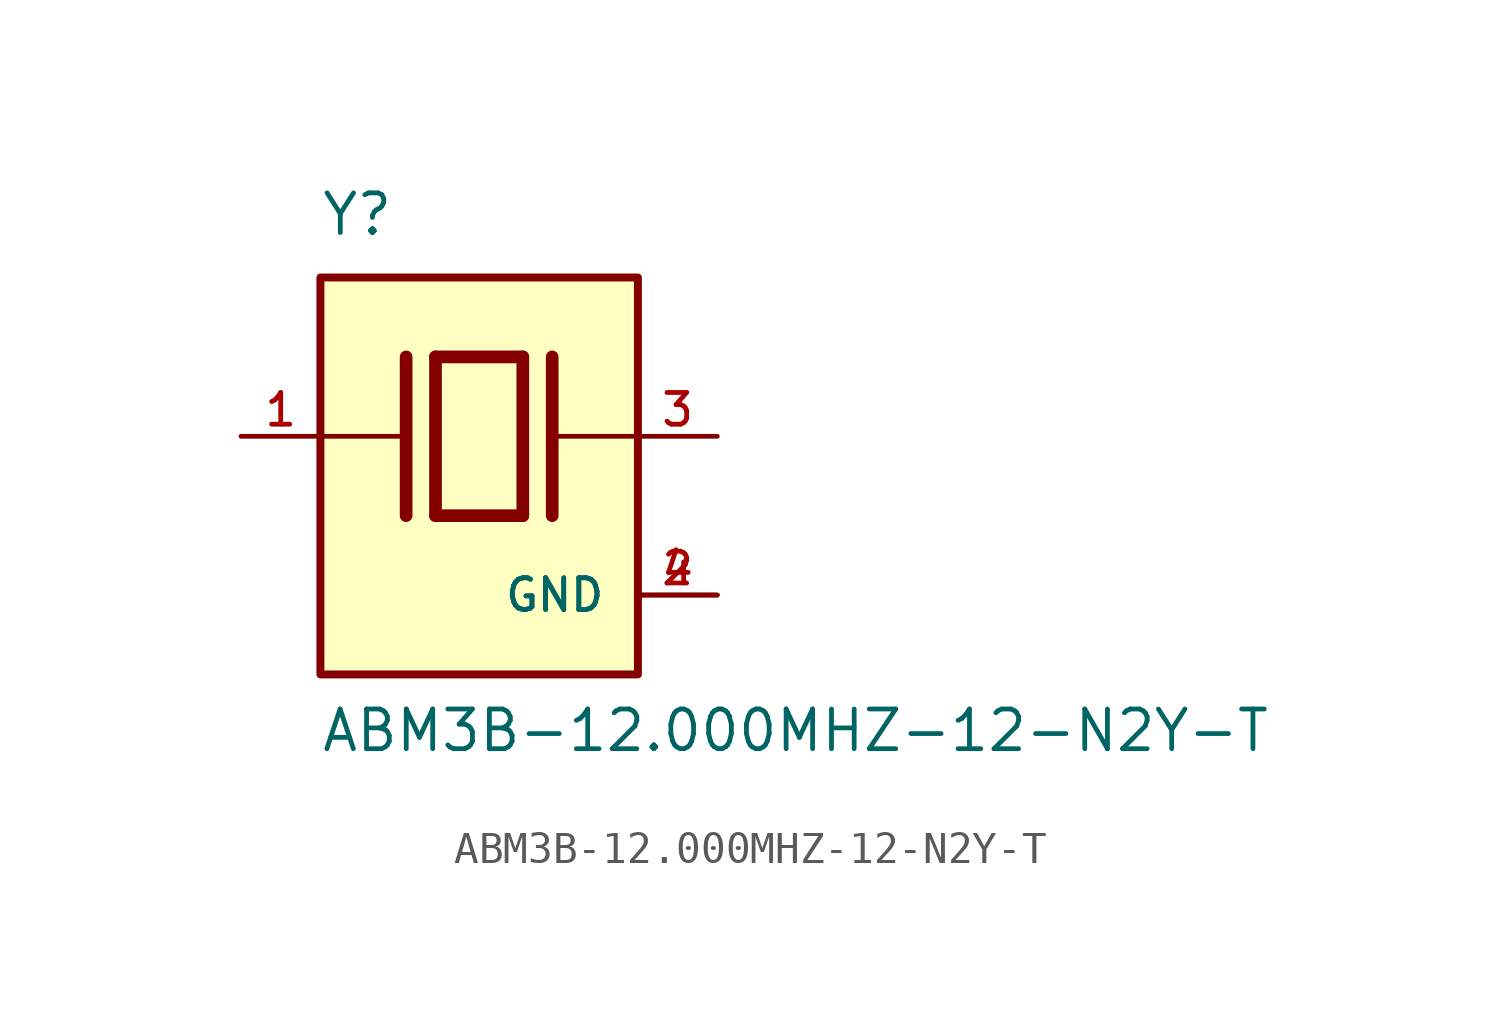
<source format=kicad_sym>
(kicad_symbol_lib
  (version 20211014)
  (generator kicad_symbol_editor)
  (symbol "ABM3B-12.000MHZ-12-N2Y-T"
    (pin_names
      (offset 1.016))
    (property "Reference" "Y"
      (at -5.088 6.356 0)
      (effects (font (size 1.27 1.27)) (justify bottom left)))
    (property "Value" "ABM3B-12.000MHZ-12-N2Y-T"
      (at -5.094 -10.16 0)
      (effects (font (size 1.27 1.27)) (justify bottom left)))
    (symbol "ABM3B-12.000MHZ-12-N2Y-T_0_0"
      (polyline (pts (xy -1.397 2.54) (xy 1.397 2.54)) (stroke (width 0.406)))
      (polyline (pts (xy 1.397 2.54) (xy 1.397 -2.54)) (stroke (width 0.406)))
      (polyline (pts (xy 1.397 -2.54) (xy -1.397 -2.54)) (stroke (width 0.406)))
      (polyline (pts (xy -1.397 2.54) (xy -1.397 -2.54)) (stroke (width 0.406)))
      (polyline (pts (xy 2.337 2.54) (xy 2.337 -2.54)) (stroke (width 0.406)))
      (polyline (pts (xy -2.337 2.54) (xy -2.337 -2.54)) (stroke (width 0.406)))
      (polyline (pts (xy -5.08 0.0) (xy -2.54 0.0)) (stroke (width 0.152)))
      (polyline (pts (xy 2.54 0.0) (xy 5.08 0.0)) (stroke (width 0.152)))
      (rectangle (start -5.08 -7.62) (end 5.08 5.08) (stroke (width 0.254)) (fill (type background)))
      (pin passive line (at 7.62 0.0 180.0) (length 2.54) (name "~" (effects (font (size 1.016 1.016)))) (number "3" (effects (font (size 1.016 1.016)))))
      (pin passive line (at -7.62 0.0 0) (length 2.54) (name "~" (effects (font (size 1.016 1.016)))) (number "1" (effects (font (size 1.016 1.016)))))
      (pin power_in line (at 7.62 -5.08 180.0) (length 2.54) (name "GND" (effects (font (size 1.016 1.016)))) (number "2" (effects (font (size 1.016 1.016)))))
      (pin power_in line (at 7.62 -5.08 180.0) (length 2.54) (name "GND" (effects (font (size 1.016 1.016)))) (number "4" (effects (font (size 1.016 1.016))))))))
</source>
